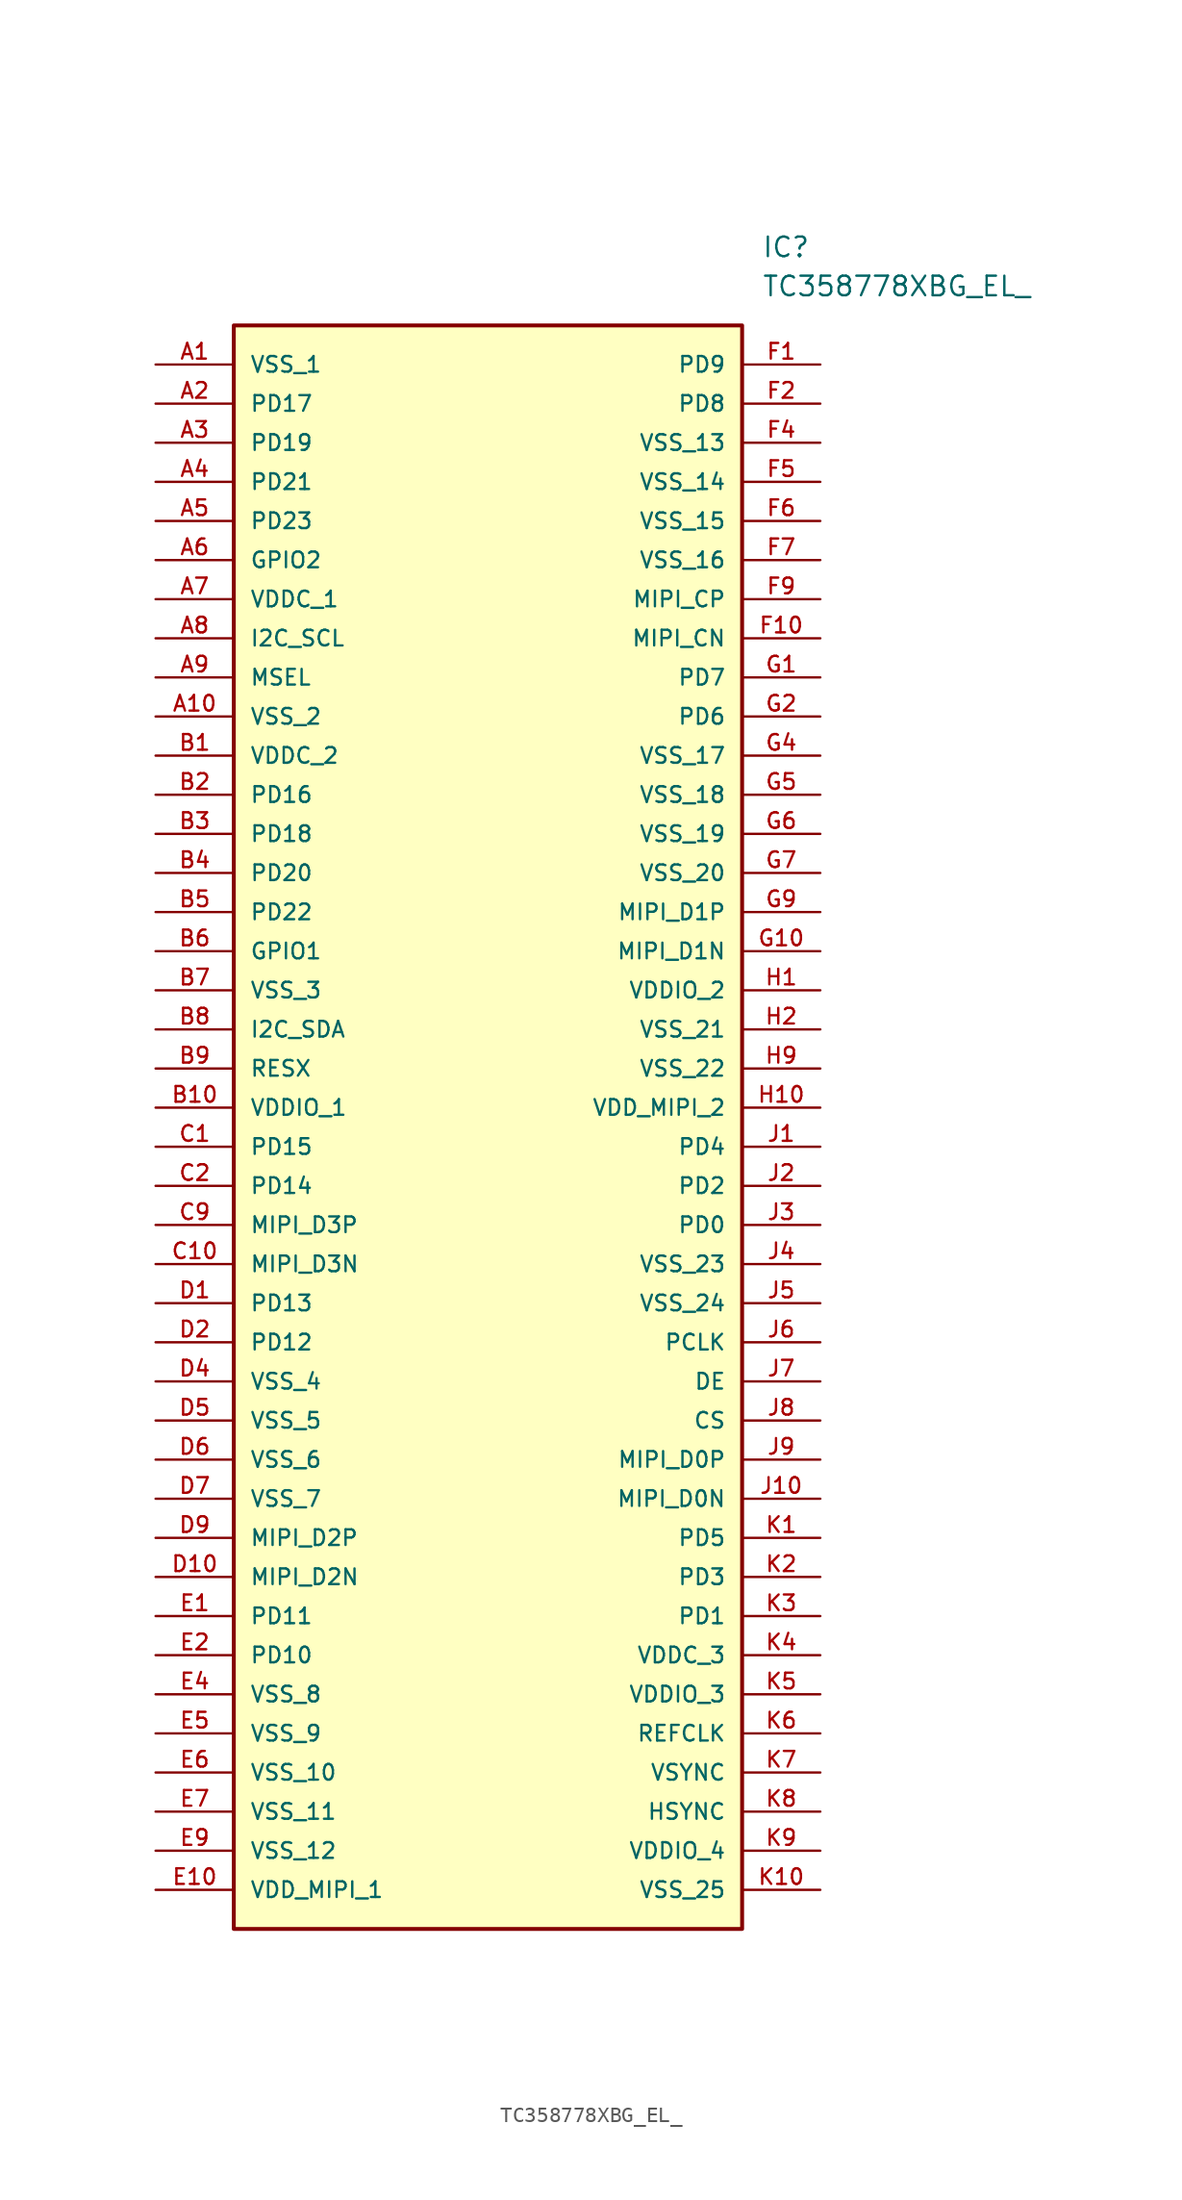
<source format=kicad_sym>
(kicad_symbol_lib
  (version 20211014)
  (generator kicad_symbol_editor)
  (symbol "TC358778XBG_EL_"
    (pin_names
      (offset 1.016))
    (property "Reference" "IC"
      (at 39.37 7.62 0)
      (effects (font (size 1.27 1.27)) (justify left)))
    (property "Value" "TC358778XBG_EL_"
      (at 39.37 5.08 0)
      (effects (font (size 1.27 1.27)) (justify left)))
    (symbol "TC358778XBG_EL__0_0"
      (rectangle (start 5.08 -101.6) (end 38.1 2.54) (stroke (width 0.254)) (fill (type background)))
      (pin bidirectional line (at 0.0 0.0 0) (length 5.08) (name "VSS_1" (effects (font (size 1.016 1.016)))) (number "A1" (effects (font (size 1.016 1.016)))))
      (pin bidirectional line (at 0.0 -2.54 0) (length 5.08) (name "PD17" (effects (font (size 1.016 1.016)))) (number "A2" (effects (font (size 1.016 1.016)))))
      (pin bidirectional line (at 0.0 -5.08 0) (length 5.08) (name "PD19" (effects (font (size 1.016 1.016)))) (number "A3" (effects (font (size 1.016 1.016)))))
      (pin bidirectional line (at 0.0 -7.62 0) (length 5.08) (name "PD21" (effects (font (size 1.016 1.016)))) (number "A4" (effects (font (size 1.016 1.016)))))
      (pin bidirectional line (at 0.0 -10.16 0) (length 5.08) (name "PD23" (effects (font (size 1.016 1.016)))) (number "A5" (effects (font (size 1.016 1.016)))))
      (pin bidirectional line (at 0.0 -12.7 0) (length 5.08) (name "GPIO2" (effects (font (size 1.016 1.016)))) (number "A6" (effects (font (size 1.016 1.016)))))
      (pin bidirectional line (at 0.0 -15.24 0) (length 5.08) (name "VDDC_1" (effects (font (size 1.016 1.016)))) (number "A7" (effects (font (size 1.016 1.016)))))
      (pin bidirectional line (at 0.0 -17.78 0) (length 5.08) (name "I2C_SCL" (effects (font (size 1.016 1.016)))) (number "A8" (effects (font (size 1.016 1.016)))))
      (pin bidirectional line (at 0.0 -20.32 0) (length 5.08) (name "MSEL" (effects (font (size 1.016 1.016)))) (number "A9" (effects (font (size 1.016 1.016)))))
      (pin bidirectional line (at 0.0 -22.86 0) (length 5.08) (name "VSS_2" (effects (font (size 1.016 1.016)))) (number "A10" (effects (font (size 1.016 1.016)))))
      (pin bidirectional line (at 0.0 -25.4 0) (length 5.08) (name "VDDC_2" (effects (font (size 1.016 1.016)))) (number "B1" (effects (font (size 1.016 1.016)))))
      (pin bidirectional line (at 0.0 -27.94 0) (length 5.08) (name "PD16" (effects (font (size 1.016 1.016)))) (number "B2" (effects (font (size 1.016 1.016)))))
      (pin bidirectional line (at 0.0 -30.48 0) (length 5.08) (name "PD18" (effects (font (size 1.016 1.016)))) (number "B3" (effects (font (size 1.016 1.016)))))
      (pin bidirectional line (at 0.0 -33.02 0) (length 5.08) (name "PD20" (effects (font (size 1.016 1.016)))) (number "B4" (effects (font (size 1.016 1.016)))))
      (pin bidirectional line (at 0.0 -35.56 0) (length 5.08) (name "PD22" (effects (font (size 1.016 1.016)))) (number "B5" (effects (font (size 1.016 1.016)))))
      (pin bidirectional line (at 0.0 -38.1 0) (length 5.08) (name "GPIO1" (effects (font (size 1.016 1.016)))) (number "B6" (effects (font (size 1.016 1.016)))))
      (pin bidirectional line (at 0.0 -40.64 0) (length 5.08) (name "VSS_3" (effects (font (size 1.016 1.016)))) (number "B7" (effects (font (size 1.016 1.016)))))
      (pin bidirectional line (at 0.0 -43.18 0) (length 5.08) (name "I2C_SDA" (effects (font (size 1.016 1.016)))) (number "B8" (effects (font (size 1.016 1.016)))))
      (pin bidirectional line (at 0.0 -45.72 0) (length 5.08) (name "RESX" (effects (font (size 1.016 1.016)))) (number "B9" (effects (font (size 1.016 1.016)))))
      (pin bidirectional line (at 0.0 -48.26 0) (length 5.08) (name "VDDIO_1" (effects (font (size 1.016 1.016)))) (number "B10" (effects (font (size 1.016 1.016)))))
      (pin bidirectional line (at 0.0 -50.8 0) (length 5.08) (name "PD15" (effects (font (size 1.016 1.016)))) (number "C1" (effects (font (size 1.016 1.016)))))
      (pin bidirectional line (at 0.0 -53.34 0) (length 5.08) (name "PD14" (effects (font (size 1.016 1.016)))) (number "C2" (effects (font (size 1.016 1.016)))))
      (pin bidirectional line (at 0.0 -55.88 0) (length 5.08) (name "MIPI_D3P" (effects (font (size 1.016 1.016)))) (number "C9" (effects (font (size 1.016 1.016)))))
      (pin bidirectional line (at 0.0 -58.42 0) (length 5.08) (name "MIPI_D3N" (effects (font (size 1.016 1.016)))) (number "C10" (effects (font (size 1.016 1.016)))))
      (pin bidirectional line (at 0.0 -60.96 0) (length 5.08) (name "PD13" (effects (font (size 1.016 1.016)))) (number "D1" (effects (font (size 1.016 1.016)))))
      (pin bidirectional line (at 0.0 -63.5 0) (length 5.08) (name "PD12" (effects (font (size 1.016 1.016)))) (number "D2" (effects (font (size 1.016 1.016)))))
      (pin bidirectional line (at 0.0 -66.04 0) (length 5.08) (name "VSS_4" (effects (font (size 1.016 1.016)))) (number "D4" (effects (font (size 1.016 1.016)))))
      (pin bidirectional line (at 0.0 -68.58 0) (length 5.08) (name "VSS_5" (effects (font (size 1.016 1.016)))) (number "D5" (effects (font (size 1.016 1.016)))))
      (pin bidirectional line (at 0.0 -71.12 0) (length 5.08) (name "VSS_6" (effects (font (size 1.016 1.016)))) (number "D6" (effects (font (size 1.016 1.016)))))
      (pin bidirectional line (at 0.0 -73.66 0) (length 5.08) (name "VSS_7" (effects (font (size 1.016 1.016)))) (number "D7" (effects (font (size 1.016 1.016)))))
      (pin bidirectional line (at 0.0 -76.2 0) (length 5.08) (name "MIPI_D2P" (effects (font (size 1.016 1.016)))) (number "D9" (effects (font (size 1.016 1.016)))))
      (pin bidirectional line (at 0.0 -78.74 0) (length 5.08) (name "MIPI_D2N" (effects (font (size 1.016 1.016)))) (number "D10" (effects (font (size 1.016 1.016)))))
      (pin bidirectional line (at 0.0 -81.28 0) (length 5.08) (name "PD11" (effects (font (size 1.016 1.016)))) (number "E1" (effects (font (size 1.016 1.016)))))
      (pin bidirectional line (at 0.0 -83.82 0) (length 5.08) (name "PD10" (effects (font (size 1.016 1.016)))) (number "E2" (effects (font (size 1.016 1.016)))))
      (pin bidirectional line (at 0.0 -86.36 0) (length 5.08) (name "VSS_8" (effects (font (size 1.016 1.016)))) (number "E4" (effects (font (size 1.016 1.016)))))
      (pin bidirectional line (at 0.0 -88.9 0) (length 5.08) (name "VSS_9" (effects (font (size 1.016 1.016)))) (number "E5" (effects (font (size 1.016 1.016)))))
      (pin bidirectional line (at 0.0 -91.44 0) (length 5.08) (name "VSS_10" (effects (font (size 1.016 1.016)))) (number "E6" (effects (font (size 1.016 1.016)))))
      (pin bidirectional line (at 0.0 -93.98 0) (length 5.08) (name "VSS_11" (effects (font (size 1.016 1.016)))) (number "E7" (effects (font (size 1.016 1.016)))))
      (pin bidirectional line (at 0.0 -96.52 0) (length 5.08) (name "VSS_12" (effects (font (size 1.016 1.016)))) (number "E9" (effects (font (size 1.016 1.016)))))
      (pin bidirectional line (at 0.0 -99.06 0) (length 5.08) (name "VDD_MIPI_1" (effects (font (size 1.016 1.016)))) (number "E10" (effects (font (size 1.016 1.016)))))
      (pin bidirectional line (at 43.18 0.0 180.0) (length 5.08) (name "PD9" (effects (font (size 1.016 1.016)))) (number "F1" (effects (font (size 1.016 1.016)))))
      (pin bidirectional line (at 43.18 -2.54 180.0) (length 5.08) (name "PD8" (effects (font (size 1.016 1.016)))) (number "F2" (effects (font (size 1.016 1.016)))))
      (pin bidirectional line (at 43.18 -5.08 180.0) (length 5.08) (name "VSS_13" (effects (font (size 1.016 1.016)))) (number "F4" (effects (font (size 1.016 1.016)))))
      (pin bidirectional line (at 43.18 -7.62 180.0) (length 5.08) (name "VSS_14" (effects (font (size 1.016 1.016)))) (number "F5" (effects (font (size 1.016 1.016)))))
      (pin bidirectional line (at 43.18 -10.16 180.0) (length 5.08) (name "VSS_15" (effects (font (size 1.016 1.016)))) (number "F6" (effects (font (size 1.016 1.016)))))
      (pin bidirectional line (at 43.18 -12.7 180.0) (length 5.08) (name "VSS_16" (effects (font (size 1.016 1.016)))) (number "F7" (effects (font (size 1.016 1.016)))))
      (pin bidirectional line (at 43.18 -15.24 180.0) (length 5.08) (name "MIPI_CP" (effects (font (size 1.016 1.016)))) (number "F9" (effects (font (size 1.016 1.016)))))
      (pin bidirectional line (at 43.18 -17.78 180.0) (length 5.08) (name "MIPI_CN" (effects (font (size 1.016 1.016)))) (number "F10" (effects (font (size 1.016 1.016)))))
      (pin bidirectional line (at 43.18 -20.32 180.0) (length 5.08) (name "PD7" (effects (font (size 1.016 1.016)))) (number "G1" (effects (font (size 1.016 1.016)))))
      (pin bidirectional line (at 43.18 -22.86 180.0) (length 5.08) (name "PD6" (effects (font (size 1.016 1.016)))) (number "G2" (effects (font (size 1.016 1.016)))))
      (pin bidirectional line (at 43.18 -25.4 180.0) (length 5.08) (name "VSS_17" (effects (font (size 1.016 1.016)))) (number "G4" (effects (font (size 1.016 1.016)))))
      (pin bidirectional line (at 43.18 -27.94 180.0) (length 5.08) (name "VSS_18" (effects (font (size 1.016 1.016)))) (number "G5" (effects (font (size 1.016 1.016)))))
      (pin bidirectional line (at 43.18 -30.48 180.0) (length 5.08) (name "VSS_19" (effects (font (size 1.016 1.016)))) (number "G6" (effects (font (size 1.016 1.016)))))
      (pin bidirectional line (at 43.18 -33.02 180.0) (length 5.08) (name "VSS_20" (effects (font (size 1.016 1.016)))) (number "G7" (effects (font (size 1.016 1.016)))))
      (pin bidirectional line (at 43.18 -35.56 180.0) (length 5.08) (name "MIPI_D1P" (effects (font (size 1.016 1.016)))) (number "G9" (effects (font (size 1.016 1.016)))))
      (pin bidirectional line (at 43.18 -38.1 180.0) (length 5.08) (name "MIPI_D1N" (effects (font (size 1.016 1.016)))) (number "G10" (effects (font (size 1.016 1.016)))))
      (pin bidirectional line (at 43.18 -40.64 180.0) (length 5.08) (name "VDDIO_2" (effects (font (size 1.016 1.016)))) (number "H1" (effects (font (size 1.016 1.016)))))
      (pin bidirectional line (at 43.18 -43.18 180.0) (length 5.08) (name "VSS_21" (effects (font (size 1.016 1.016)))) (number "H2" (effects (font (size 1.016 1.016)))))
      (pin bidirectional line (at 43.18 -45.72 180.0) (length 5.08) (name "VSS_22" (effects (font (size 1.016 1.016)))) (number "H9" (effects (font (size 1.016 1.016)))))
      (pin bidirectional line (at 43.18 -48.26 180.0) (length 5.08) (name "VDD_MIPI_2" (effects (font (size 1.016 1.016)))) (number "H10" (effects (font (size 1.016 1.016)))))
      (pin bidirectional line (at 43.18 -50.8 180.0) (length 5.08) (name "PD4" (effects (font (size 1.016 1.016)))) (number "J1" (effects (font (size 1.016 1.016)))))
      (pin bidirectional line (at 43.18 -53.34 180.0) (length 5.08) (name "PD2" (effects (font (size 1.016 1.016)))) (number "J2" (effects (font (size 1.016 1.016)))))
      (pin bidirectional line (at 43.18 -55.88 180.0) (length 5.08) (name "PD0" (effects (font (size 1.016 1.016)))) (number "J3" (effects (font (size 1.016 1.016)))))
      (pin bidirectional line (at 43.18 -58.42 180.0) (length 5.08) (name "VSS_23" (effects (font (size 1.016 1.016)))) (number "J4" (effects (font (size 1.016 1.016)))))
      (pin bidirectional line (at 43.18 -60.96 180.0) (length 5.08) (name "VSS_24" (effects (font (size 1.016 1.016)))) (number "J5" (effects (font (size 1.016 1.016)))))
      (pin bidirectional line (at 43.18 -63.5 180.0) (length 5.08) (name "PCLK" (effects (font (size 1.016 1.016)))) (number "J6" (effects (font (size 1.016 1.016)))))
      (pin bidirectional line (at 43.18 -66.04 180.0) (length 5.08) (name "DE" (effects (font (size 1.016 1.016)))) (number "J7" (effects (font (size 1.016 1.016)))))
      (pin bidirectional line (at 43.18 -68.58 180.0) (length 5.08) (name "CS" (effects (font (size 1.016 1.016)))) (number "J8" (effects (font (size 1.016 1.016)))))
      (pin bidirectional line (at 43.18 -71.12 180.0) (length 5.08) (name "MIPI_D0P" (effects (font (size 1.016 1.016)))) (number "J9" (effects (font (size 1.016 1.016)))))
      (pin bidirectional line (at 43.18 -73.66 180.0) (length 5.08) (name "MIPI_D0N" (effects (font (size 1.016 1.016)))) (number "J10" (effects (font (size 1.016 1.016)))))
      (pin bidirectional line (at 43.18 -76.2 180.0) (length 5.08) (name "PD5" (effects (font (size 1.016 1.016)))) (number "K1" (effects (font (size 1.016 1.016)))))
      (pin bidirectional line (at 43.18 -78.74 180.0) (length 5.08) (name "PD3" (effects (font (size 1.016 1.016)))) (number "K2" (effects (font (size 1.016 1.016)))))
      (pin bidirectional line (at 43.18 -81.28 180.0) (length 5.08) (name "PD1" (effects (font (size 1.016 1.016)))) (number "K3" (effects (font (size 1.016 1.016)))))
      (pin bidirectional line (at 43.18 -83.82 180.0) (length 5.08) (name "VDDC_3" (effects (font (size 1.016 1.016)))) (number "K4" (effects (font (size 1.016 1.016)))))
      (pin bidirectional line (at 43.18 -86.36 180.0) (length 5.08) (name "VDDIO_3" (effects (font (size 1.016 1.016)))) (number "K5" (effects (font (size 1.016 1.016)))))
      (pin bidirectional line (at 43.18 -88.9 180.0) (length 5.08) (name "REFCLK" (effects (font (size 1.016 1.016)))) (number "K6" (effects (font (size 1.016 1.016)))))
      (pin bidirectional line (at 43.18 -91.44 180.0) (length 5.08) (name "VSYNC" (effects (font (size 1.016 1.016)))) (number "K7" (effects (font (size 1.016 1.016)))))
      (pin bidirectional line (at 43.18 -93.98 180.0) (length 5.08) (name "HSYNC" (effects (font (size 1.016 1.016)))) (number "K8" (effects (font (size 1.016 1.016)))))
      (pin bidirectional line (at 43.18 -96.52 180.0) (length 5.08) (name "VDDIO_4" (effects (font (size 1.016 1.016)))) (number "K9" (effects (font (size 1.016 1.016)))))
      (pin bidirectional line (at 43.18 -99.06 180.0) (length 5.08) (name "VSS_25" (effects (font (size 1.016 1.016)))) (number "K10" (effects (font (size 1.016 1.016))))))))
</source>
